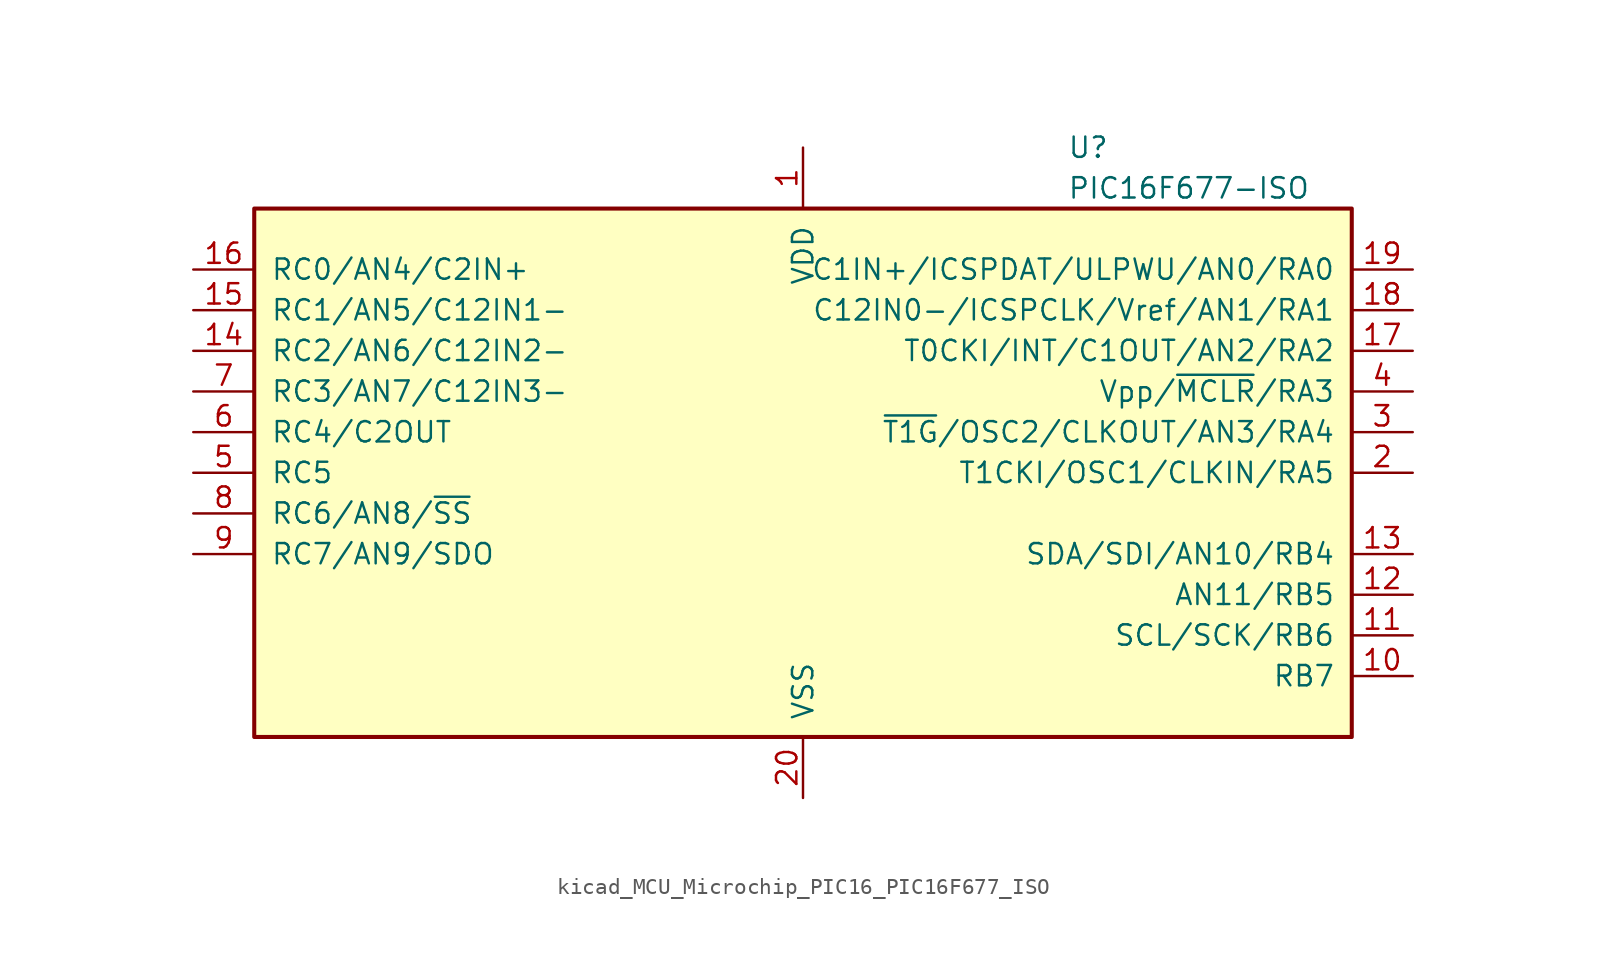
<source format=kicad_sym>
(kicad_symbol_lib
  (version 20220914)
  (generator kicad_symbol_editor)
  (symbol "kicad_MCU_Microchip_PIC16_PIC16F677_ISO"
    (pin_names
      (offset 1.016))
    (property "Reference" "U"
      (at 16.51 20.32 0)
      (effects (font (size 1.27 1.27)) (justify left)))
    (property "Value" "PIC16F677-ISO"
      (at 16.51 17.78 0)
      (effects (font (size 1.27 1.27)) (justify left)))
    (symbol "kicad_MCU_Microchip_PIC16_PIC16F677_ISO_0_1"
      (rectangle (start -34.29 16.51) (end 34.29 -16.51) (stroke (width 0.254) (type default)) (fill (type background))))
    (symbol "kicad_MCU_Microchip_PIC16_PIC16F677_ISO_1_1"
      (pin power_in line (at 0 20.32 270) (length 3.81) (name "VDD" (effects (font (size 1.27 1.27)))) (number "1" (effects (font (size 1.27 1.27)))))
      (pin bidirectional line (at 38.1 -12.7 180) (length 3.81) (name "RB7" (effects (font (size 1.27 1.27)))) (number "10" (effects (font (size 1.27 1.27)))))
      (pin bidirectional line (at 38.1 -10.16 180) (length 3.81) (name "SCL/SCK/RB6" (effects (font (size 1.27 1.27)))) (number "11" (effects (font (size 1.27 1.27)))))
      (pin bidirectional line (at 38.1 -7.62 180) (length 3.81) (name "AN11/RB5" (effects (font (size 1.27 1.27)))) (number "12" (effects (font (size 1.27 1.27)))))
      (pin bidirectional line (at 38.1 -5.08 180) (length 3.81) (name "SDA/SDI/AN10/RB4" (effects (font (size 1.27 1.27)))) (number "13" (effects (font (size 1.27 1.27)))))
      (pin bidirectional line (at -38.1 7.62 0) (length 3.81) (name "RC2/AN6/C12IN2-" (effects (font (size 1.27 1.27)))) (number "14" (effects (font (size 1.27 1.27)))))
      (pin bidirectional line (at -38.1 10.16 0) (length 3.81) (name "RC1/AN5/C12IN1-" (effects (font (size 1.27 1.27)))) (number "15" (effects (font (size 1.27 1.27)))))
      (pin bidirectional line (at -38.1 12.7 0) (length 3.81) (name "RC0/AN4/C2IN+" (effects (font (size 1.27 1.27)))) (number "16" (effects (font (size 1.27 1.27)))))
      (pin bidirectional line (at 38.1 7.62 180) (length 3.81) (name "T0CKI/INT/C1OUT/AN2/RA2" (effects (font (size 1.27 1.27)))) (number "17" (effects (font (size 1.27 1.27)))))
      (pin bidirectional line (at 38.1 10.16 180) (length 3.81) (name "C12IN0-/ICSPCLK/Vref/AN1/RA1" (effects (font (size 1.27 1.27)))) (number "18" (effects (font (size 1.27 1.27)))))
      (pin bidirectional line (at 38.1 12.7 180) (length 3.81) (name "C1IN+/ICSPDAT/ULPWU/AN0/RA0" (effects (font (size 1.27 1.27)))) (number "19" (effects (font (size 1.27 1.27)))))
      (pin bidirectional line (at 38.1 0 180) (length 3.81) (name "T1CKI/OSC1/CLKIN/RA5" (effects (font (size 1.27 1.27)))) (number "2" (effects (font (size 1.27 1.27)))))
      (pin power_in line (at 0 -20.32 90) (length 3.81) (name "VSS" (effects (font (size 1.27 1.27)))) (number "20" (effects (font (size 1.27 1.27)))))
      (pin bidirectional line (at 38.1 2.54 180) (length 3.81) (name "~{T1G}/OSC2/CLKOUT/AN3/RA4" (effects (font (size 1.27 1.27)))) (number "3" (effects (font (size 1.27 1.27)))))
      (pin input line (at 38.1 5.08 180) (length 3.81) (name "Vpp/~{MCLR}/RA3" (effects (font (size 1.27 1.27)))) (number "4" (effects (font (size 1.27 1.27)))))
      (pin bidirectional line (at -38.1 0 0) (length 3.81) (name "RC5" (effects (font (size 1.27 1.27)))) (number "5" (effects (font (size 1.27 1.27)))))
      (pin bidirectional line (at -38.1 2.54 0) (length 3.81) (name "RC4/C2OUT" (effects (font (size 1.27 1.27)))) (number "6" (effects (font (size 1.27 1.27)))))
      (pin bidirectional line (at -38.1 5.08 0) (length 3.81) (name "RC3/AN7/C12IN3-" (effects (font (size 1.27 1.27)))) (number "7" (effects (font (size 1.27 1.27)))))
      (pin bidirectional line (at -38.1 -2.54 0) (length 3.81) (name "RC6/AN8/~{SS}" (effects (font (size 1.27 1.27)))) (number "8" (effects (font (size 1.27 1.27)))))
      (pin bidirectional line (at -38.1 -5.08 0) (length 3.81) (name "RC7/AN9/SDO" (effects (font (size 1.27 1.27)))) (number "9" (effects (font (size 1.27 1.27))))))))
</source>
